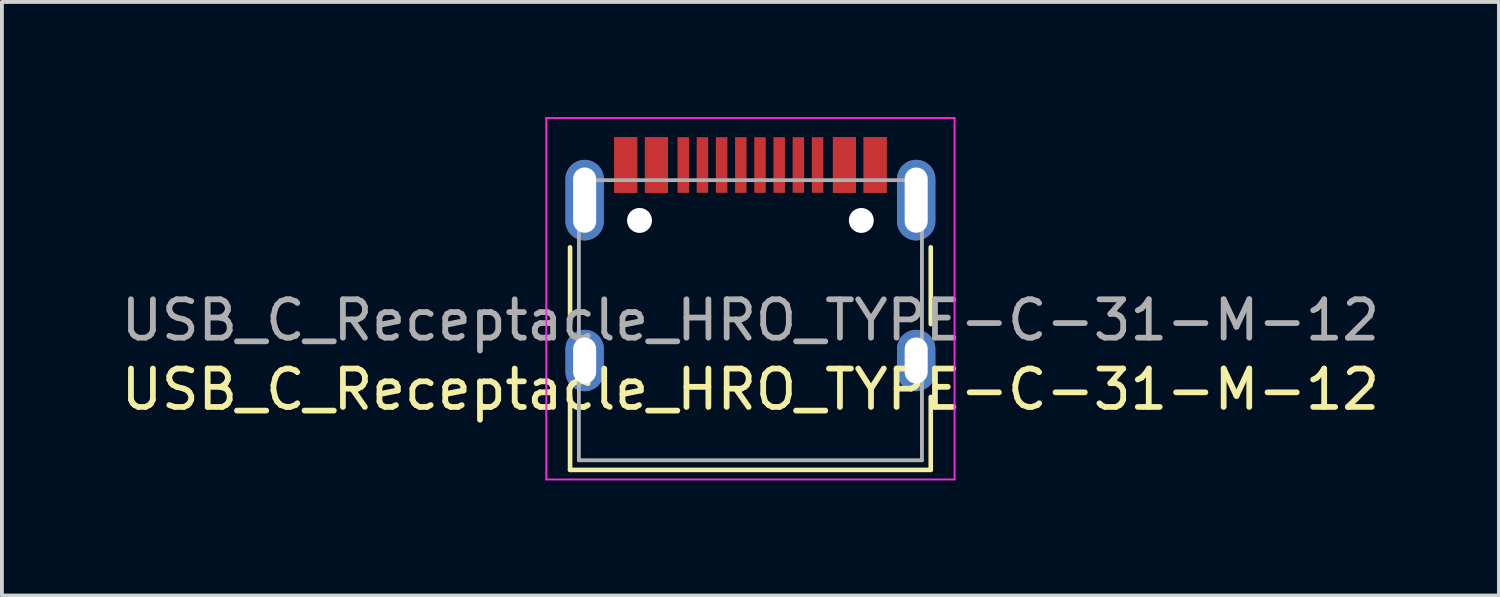
<source format=kicad_pcb>
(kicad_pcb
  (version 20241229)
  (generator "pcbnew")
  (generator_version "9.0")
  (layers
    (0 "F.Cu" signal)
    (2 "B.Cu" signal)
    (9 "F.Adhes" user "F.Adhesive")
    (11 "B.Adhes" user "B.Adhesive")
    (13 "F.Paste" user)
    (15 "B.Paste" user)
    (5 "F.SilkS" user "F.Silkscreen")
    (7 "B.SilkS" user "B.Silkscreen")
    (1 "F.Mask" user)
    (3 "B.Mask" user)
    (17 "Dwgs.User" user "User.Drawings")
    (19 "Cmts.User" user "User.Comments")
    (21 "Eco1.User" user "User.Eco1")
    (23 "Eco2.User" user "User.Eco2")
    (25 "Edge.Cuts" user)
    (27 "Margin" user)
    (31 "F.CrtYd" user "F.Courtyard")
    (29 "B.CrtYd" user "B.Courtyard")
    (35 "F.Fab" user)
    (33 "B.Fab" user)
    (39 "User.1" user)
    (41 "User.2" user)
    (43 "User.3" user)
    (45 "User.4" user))
  (footprint "USB_C_Receptacle_HRO_TYPE-C-31-M-12"
    (layer "F.Cu")
    (at 16.506 5.295)
    (property "Reference" "USB_C_Receptacle_HRO_TYPE-C-31-M-12" (at 0 1.805 0) (layer "F.SilkS") (effects (font (size 1 1) (thickness 0.15))))
    (attr smd)
    (fp_line (start -4.7 -1.9) (end -4.7 0.1) (stroke (width 0.12) (type solid)) (layer "F.SilkS"))
    (fp_line (start -4.7 2) (end -4.7 3.9) (stroke (width 0.12) (type solid)) (layer "F.SilkS"))
    (fp_line (start -4.7 3.9) (end 4.7 3.9) (stroke (width 0.12) (type solid)) (layer "F.SilkS"))
    (fp_line (start 4.7 -1.9) (end 4.7 0.1) (stroke (width 0.12) (type solid)) (layer "F.SilkS"))
    (fp_line (start 4.7 2) (end 4.7 3.9) (stroke (width 0.12) (type solid)) (layer "F.SilkS"))
    (fp_line (start -5.32 -5.27) (end -5.32 4.15) (stroke (width 0.05) (type solid)) (layer "F.CrtYd"))
    (fp_line (start -5.32 -5.27) (end 5.32 -5.27) (stroke (width 0.05) (type solid)) (layer "F.CrtYd"))
    (fp_line (start -5.32 4.15) (end 5.32 4.15) (stroke (width 0.05) (type solid)) (layer "F.CrtYd"))
    (fp_line (start 5.32 -5.27) (end 5.32 4.15) (stroke (width 0.05) (type solid)) (layer "F.CrtYd"))
    (fp_line (start -4.47 -3.65) (end -4.47 3.65) (stroke (width 0.1) (type solid)) (layer "F.Fab"))
    (fp_line (start -4.47 -3.65) (end 4.47 -3.65) (stroke (width 0.1) (type solid)) (layer "F.Fab"))
    (fp_line (start -4.47 3.65) (end 4.47 3.65) (stroke (width 0.1) (type solid)) (layer "F.Fab"))
    (fp_line (start 4.47 -3.65) (end 4.47 3.65) (stroke (width 0.1) (type solid)) (layer "F.Fab"))
    (fp_text user "${REFERENCE}" (at 0 0 0) (layer "F.Fab") (effects (font (size 1 1) (thickness 0.15))))
    (pad "" np_thru_hole circle (at -2.89 -2.6) (size 0.65 0.65) (drill 0.65) (layers "*.Cu" "*.Mask"))
    (pad "" np_thru_hole circle (at 2.89 -2.6) (size 0.65 0.65) (drill 0.65) (layers "*.Cu" "*.Mask"))
    (pad "A1" smd rect (at -3.25 -4.045) (size 0.6 1.45) (layers "F.Cu" "F.Mask" "F.Paste"))
    (pad "A4" smd rect (at -2.45 -4.045) (size 0.6 1.45) (layers "F.Cu" "F.Mask" "F.Paste"))
    (pad "A5" smd rect (at -1.25 -4.045) (size 0.3 1.45) (layers "F.Cu" "F.Mask" "F.Paste"))
    (pad "A6" smd rect (at -0.25 -4.045) (size 0.3 1.45) (layers "F.Cu" "F.Mask" "F.Paste"))
    (pad "A7" smd rect (at 0.25 -4.045) (size 0.3 1.45) (layers "F.Cu" "F.Mask" "F.Paste"))
    (pad "A8" smd rect (at 1.25 -4.045) (size 0.3 1.45) (layers "F.Cu" "F.Mask" "F.Paste"))
    (pad "A9" smd rect (at 2.45 -4.045) (size 0.6 1.45) (layers "F.Cu" "F.Mask" "F.Paste"))
    (pad "A12" smd rect (at 3.25 -4.045) (size 0.6 1.45) (layers "F.Cu" "F.Mask" "F.Paste"))
    (pad "B1" smd rect (at 3.25 -4.045) (size 0.6 1.45) (layers "F.Cu" "F.Mask" "F.Paste"))
    (pad "B4" smd rect (at 2.45 -4.045) (size 0.6 1.45) (layers "F.Cu" "F.Mask" "F.Paste"))
    (pad "B5" smd rect (at 1.75 -4.045) (size 0.3 1.45) (layers "F.Cu" "F.Mask" "F.Paste"))
    (pad "B6" smd rect (at 0.75 -4.045) (size 0.3 1.45) (layers "F.Cu" "F.Mask" "F.Paste"))
    (pad "B7" smd rect (at -0.75 -4.045) (size 0.3 1.45) (layers "F.Cu" "F.Mask" "F.Paste"))
    (pad "B8" smd rect (at -1.75 -4.045) (size 0.3 1.45) (layers "F.Cu" "F.Mask" "F.Paste"))
    (pad "B9" smd rect (at -2.45 -4.045) (size 0.6 1.45) (layers "F.Cu" "F.Mask" "F.Paste"))
    (pad "B12" smd rect (at -3.25 -4.045) (size 0.6 1.45) (layers "F.Cu" "F.Mask" "F.Paste"))
    (pad "S1" thru_hole oval (at -4.32 -3.13) (size 1 2.1) (drill oval 0.6 1.7) (layers "*.Cu" "*.Mask"))
    (pad "S1" thru_hole oval (at -4.32 1.05) (size 1 1.6) (drill oval 0.6 1.2) (layers "*.Cu" "*.Mask"))
    (pad "S1" thru_hole oval (at 4.32 -3.13) (size 1 2.1) (drill oval 0.6 1.7) (layers "*.Cu" "*.Mask"))
    (pad "S1" thru_hole oval (at 4.32 1.05) (size 1 1.6) (drill oval 0.6 1.2) (layers "*.Cu" "*.Mask")))
  (gr_rect
    (start -3 -3)
    (end 36.012 12.47)
    (stroke (width 0.1) (type default))
    (fill no)
    (layer "Edge.Cuts")))
</source>
